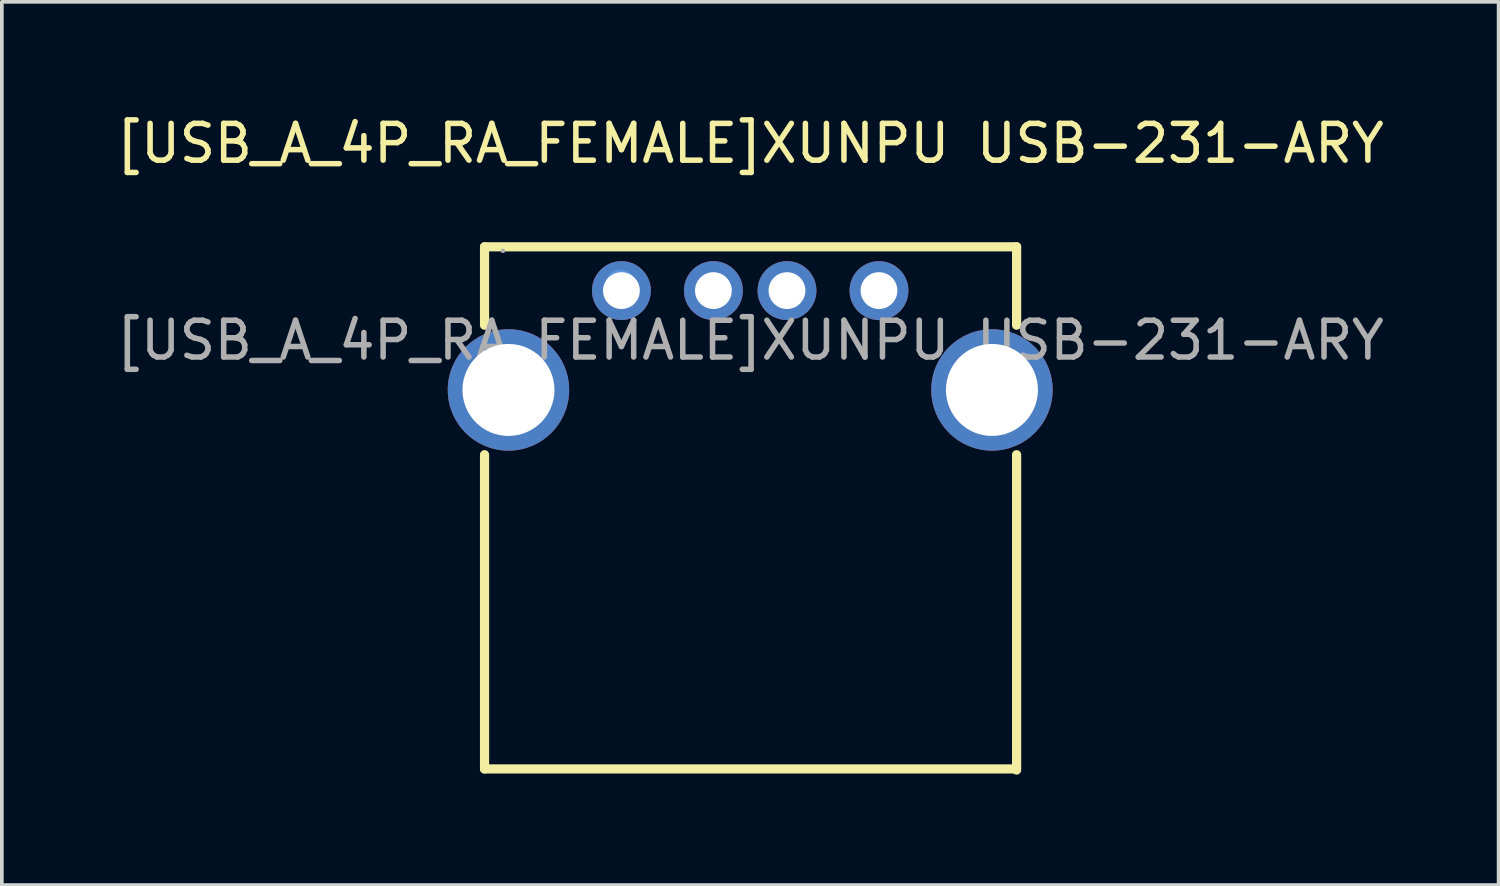
<source format=kicad_pcb>
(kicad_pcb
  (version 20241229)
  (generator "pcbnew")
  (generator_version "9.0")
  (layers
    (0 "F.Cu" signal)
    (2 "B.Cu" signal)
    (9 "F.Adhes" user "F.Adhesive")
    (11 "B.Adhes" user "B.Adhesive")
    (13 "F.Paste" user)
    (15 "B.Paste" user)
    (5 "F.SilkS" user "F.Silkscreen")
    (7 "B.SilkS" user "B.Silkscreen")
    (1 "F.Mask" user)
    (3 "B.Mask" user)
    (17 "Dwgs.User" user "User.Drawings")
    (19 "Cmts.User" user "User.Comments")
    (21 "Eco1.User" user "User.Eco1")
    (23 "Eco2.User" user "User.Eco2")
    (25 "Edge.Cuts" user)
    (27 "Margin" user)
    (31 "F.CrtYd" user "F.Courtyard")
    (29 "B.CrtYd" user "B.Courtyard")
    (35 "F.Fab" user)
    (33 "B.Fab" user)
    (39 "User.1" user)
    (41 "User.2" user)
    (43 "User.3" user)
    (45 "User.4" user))
  (footprint "[USB_A_4P_RA_FEMALE]XUNPU USB-231-ARY"
    (layer "F.Cu")
    (at 17.339 6.198)
    (property "Reference" "[USB_A_4P_RA_FEMALE]XUNPU USB-231-ARY" (at 0 -5.35 0) (layer "F.SilkS") (effects (font (size 1 1) (thickness 0.15))))
    (attr through_hole)
    (fp_line (start -7.22 -2.54) (end 7.24 -2.54) (stroke (width 0.25) (type solid)) (layer "F.SilkS"))
    (fp_line (start -7.22 -0.41) (end -7.22 -2.54) (stroke (width 0.25) (type solid)) (layer "F.SilkS"))
    (fp_line (start -7.22 11.65) (end -7.22 3.11) (stroke (width 0.25) (type solid)) (layer "F.SilkS"))
    (fp_line (start 7.23 11.65) (end -7.22 11.65) (stroke (width 0.25) (type solid)) (layer "F.SilkS"))
    (fp_line (start 7.24 -2.54) (end 7.24 -0.41) (stroke (width 0.25) (type solid)) (layer "F.SilkS"))
    (fp_line (start 7.24 3.11) (end 7.24 11.68) (stroke (width 0.25) (type solid)) (layer "F.SilkS"))
    (fp_circle (center -3.53 -1.52) (end -3.33 -1.52) (stroke (width 0.4) (type solid)) (fill no) (layer "Cmts.User"))
    (fp_circle (center -6.72 -2.43) (end -6.69 -2.43) (stroke (width 0.06) (type solid)) (fill no) (layer "F.Fab"))
    (fp_text user "${REFERENCE}" (at 0 0 0) (layer "F.Fab") (effects (font (size 1 1) (thickness 0.15))))
    (pad "1" thru_hole circle (at -3.5 -1.35) (size 1.6 1.6) (drill 1) (layers "*.Cu" "*.Mask"))
    (pad "2" thru_hole circle (at -1 -1.35) (size 1.6 1.6) (drill 1) (layers "*.Cu" "*.Mask"))
    (pad "3" thru_hole circle (at 1 -1.35) (size 1.6 1.6) (drill 1) (layers "*.Cu" "*.Mask"))
    (pad "4" thru_hole circle (at 3.5 -1.35) (size 1.6 1.6) (drill 1) (layers "*.Cu" "*.Mask"))
    (pad "5" thru_hole circle (at -6.57 1.35) (size 3.3 3.3) (drill 2.5) (layers "*.Cu" "*.Mask"))
    (pad "6" thru_hole circle (at 6.57 1.35) (size 3.3 3.3) (drill 2.5) (layers "*.Cu" "*.Mask")))
  (gr_rect
    (start -3 -3)
    (end 37.679 21.003)
    (stroke (width 0.1) (type default))
    (fill no)
    (layer "Edge.Cuts")))
</source>
